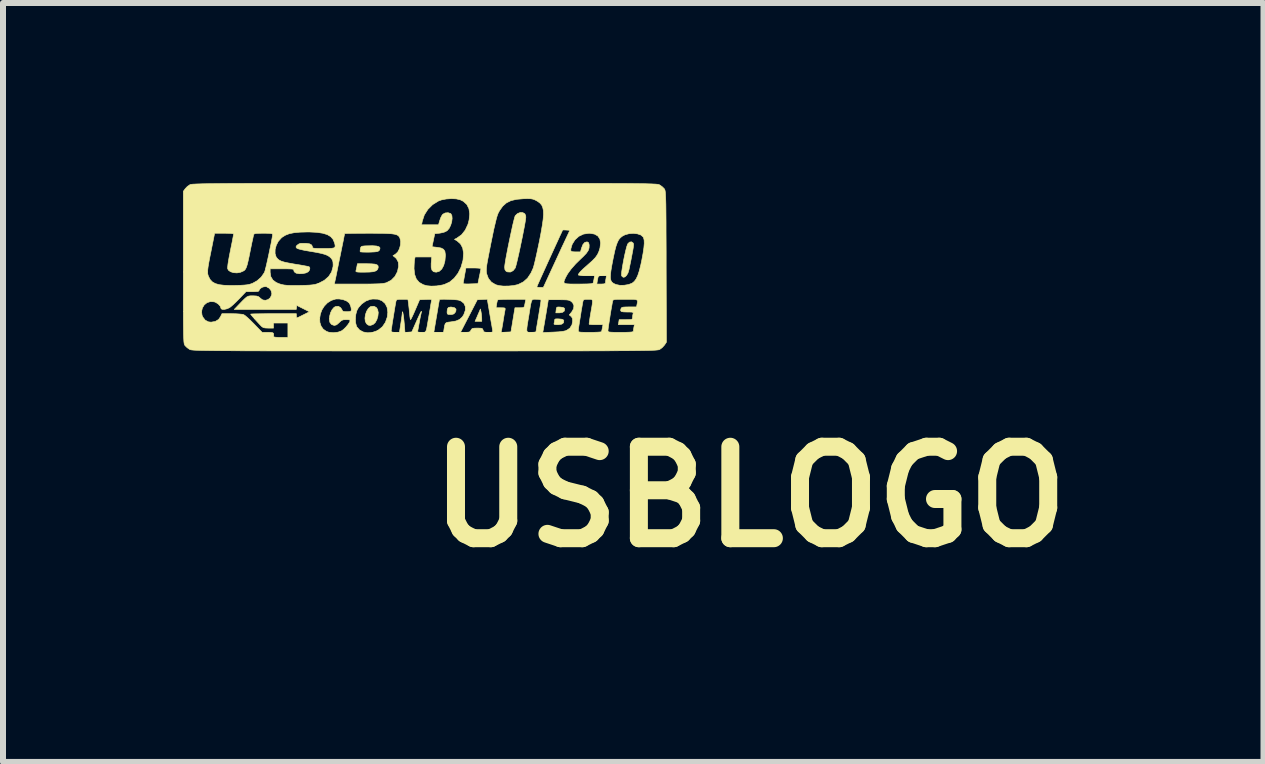
<source format=kicad_pcb>
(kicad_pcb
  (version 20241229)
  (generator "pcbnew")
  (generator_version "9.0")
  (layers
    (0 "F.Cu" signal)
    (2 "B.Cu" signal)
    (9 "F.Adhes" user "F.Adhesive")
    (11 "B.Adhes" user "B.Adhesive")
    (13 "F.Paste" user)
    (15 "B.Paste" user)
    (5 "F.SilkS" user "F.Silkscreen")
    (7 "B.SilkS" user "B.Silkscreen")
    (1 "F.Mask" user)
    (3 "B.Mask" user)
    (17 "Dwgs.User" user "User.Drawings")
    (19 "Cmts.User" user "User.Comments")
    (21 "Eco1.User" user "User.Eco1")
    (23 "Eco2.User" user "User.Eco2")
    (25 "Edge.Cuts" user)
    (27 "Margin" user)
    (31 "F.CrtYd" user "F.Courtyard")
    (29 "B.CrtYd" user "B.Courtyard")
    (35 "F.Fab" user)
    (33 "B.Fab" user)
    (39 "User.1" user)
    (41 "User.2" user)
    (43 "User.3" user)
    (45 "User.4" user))
  (footprint "USBLOGO"
    (layer "F.Cu")
    (at 4.048 1.43)
    (property "Reference" "USBLOGO" (at 5.4 3.8 0) (layer "F.SilkS") (effects (font (size 1.524 1.524) (thickness 0.3))))
    (attr through_hole)
    (fp_poly (pts (xy 0.918 0.713) (xy 0.925 0.755) (xy 0.929 0.806) (xy 0.93 0.815) (xy 0.931 0.875) (xy 0.819 0.875) (xy 0.849 0.808) (xy 0.869 0.761) (xy 0.887 0.72) (xy 0.893 0.706) (xy 0.908 0.67) (xy 0.918 0.713)) (stroke (width 0.01) (type solid)) (fill yes) (layer "F.SilkS"))
    (fp_poly (pts (xy 2.242 0.638) (xy 2.285 0.644) (xy 2.306 0.655) (xy 2.312 0.667) (xy 2.307 0.703) (xy 2.278 0.725) (xy 2.227 0.734) (xy 2.224 0.734) (xy 2.165 0.734) (xy 2.171 0.684) (xy 2.175 0.653) (xy 2.186 0.639) (xy 2.21 0.636) (xy 2.242 0.638)) (stroke (width 0.01) (type solid)) (fill yes) (layer "F.SilkS"))
    (fp_poly (pts (xy 0.43 0.638) (xy 0.478 0.649) (xy 0.502 0.672) (xy 0.499 0.706) (xy 0.489 0.725) (xy 0.466 0.751) (xy 0.433 0.761) (xy 0.409 0.762) (xy 0.373 0.76) (xy 0.357 0.751) (xy 0.353 0.728) (xy 0.353 0.716) (xy 0.358 0.669) (xy 0.376 0.644) (xy 0.411 0.637) (xy 0.43 0.638)) (stroke (width 0.01) (type solid)) (fill yes) (layer "F.SilkS"))
    (fp_poly (pts (xy 2.219 0.835) (xy 2.265 0.84) (xy 2.289 0.85) (xy 2.298 0.865) (xy 2.293 0.9) (xy 2.264 0.922) (xy 2.21 0.931) (xy 2.198 0.931) (xy 2.156 0.93) (xy 2.137 0.924) (xy 2.135 0.912) (xy 2.136 0.909) (xy 2.144 0.875) (xy 2.145 0.859) (xy 2.148 0.843) (xy 2.162 0.835) (xy 2.194 0.834) (xy 2.219 0.835)) (stroke (width 0.01) (type solid)) (fill yes) (layer "F.SilkS"))
    (fp_poly (pts (xy -0.826 0.645) (xy -0.805 0.677) (xy -0.794 0.729) (xy -0.8 0.789) (xy -0.818 0.848) (xy -0.846 0.898) (xy -0.882 0.929) (xy -0.883 0.929) (xy -0.927 0.944) (xy -0.961 0.938) (xy -0.99 0.915) (xy -1.01 0.876) (xy -1.016 0.823) (xy -1.008 0.764) (xy -0.988 0.707) (xy -0.959 0.66) (xy -0.923 0.63) (xy -0.916 0.628) (xy -0.866 0.624) (xy -0.826 0.645)) (stroke (width 0.01) (type solid)) (fill yes) (layer "F.SilkS"))
    (fp_poly (pts (xy -0.907 -0.083) (xy -0.85 -0.078) (xy -0.815 -0.067) (xy -0.797 -0.049) (xy -0.795 -0.024) (xy -0.797 -0.012) (xy -0.81 0.016) (xy -0.835 0.035) (xy -0.877 0.048) (xy -0.938 0.054) (xy -1.024 0.056) (xy -1.025 0.056) (xy -1.091 0.056) (xy -1.133 0.054) (xy -1.157 0.05) (xy -1.167 0.043) (xy -1.166 0.033) (xy -1.166 0.032) (xy -1.158 0.001) (xy -1.15 -0.039) (xy -1.141 -0.085) (xy -0.989 -0.085) (xy -0.907 -0.083)) (stroke (width 0.01) (type solid)) (fill yes) (layer "F.SilkS"))
    (fp_poly (pts (xy -0.823 -0.38) (xy -0.782 -0.368) (xy -0.765 -0.348) (xy -0.77 -0.32) (xy -0.779 -0.306) (xy -0.792 -0.295) (xy -0.815 -0.287) (xy -0.853 -0.282) (xy -0.912 -0.279) (xy -0.943 -0.278) (xy -1.004 -0.278) (xy -1.054 -0.279) (xy -1.086 -0.282) (xy -1.095 -0.284) (xy -1.096 -0.303) (xy -1.092 -0.336) (xy -1.092 -0.336) (xy -1.086 -0.358) (xy -1.076 -0.371) (xy -1.055 -0.378) (xy -1.016 -0.382) (xy -0.983 -0.383) (xy -0.89 -0.385) (xy -0.823 -0.38)) (stroke (width 0.01) (type solid)) (fill yes) (layer "F.SilkS"))
    (fp_poly (pts (xy 3.452 -0.432) (xy 3.455 -0.427) (xy 3.459 -0.417) (xy 3.461 -0.403) (xy 3.459 -0.381) (xy 3.455 -0.348) (xy 3.447 -0.301) (xy 3.435 -0.238) (xy 3.419 -0.154) (xy 3.397 -0.047) (xy 3.385 0.012) (xy 3.368 0.069) (xy 3.343 0.111) (xy 3.316 0.136) (xy 3.288 0.141) (xy 3.265 0.121) (xy 3.261 0.116) (xy 3.26 0.094) (xy 3.263 0.05) (xy 3.272 -0.011) (xy 3.284 -0.082) (xy 3.298 -0.158) (xy 3.314 -0.234) (xy 3.33 -0.304) (xy 3.345 -0.363) (xy 3.359 -0.404) (xy 3.366 -0.419) (xy 3.394 -0.445) (xy 3.426 -0.45) (xy 3.452 -0.432)) (stroke (width 0.01) (type solid)) (fill yes) (layer "F.SilkS"))
    (fp_poly (pts (xy 1.614 -0.937) (xy 1.648 -0.918) (xy 1.663 -0.886) (xy 1.665 -0.858) (xy 1.662 -0.829) (xy 1.654 -0.778) (xy 1.642 -0.709) (xy 1.626 -0.627) (xy 1.608 -0.535) (xy 1.588 -0.439) (xy 1.568 -0.343) (xy 1.548 -0.251) (xy 1.529 -0.168) (xy 1.513 -0.099) (xy 1.499 -0.047) (xy 1.49 -0.017) (xy 1.489 -0.014) (xy 1.453 0.031) (xy 1.408 0.054) (xy 1.359 0.051) (xy 1.337 0.041) (xy 1.317 0.014) (xy 1.312 -0.027) (xy 1.315 -0.059) (xy 1.323 -0.113) (xy 1.335 -0.185) (xy 1.351 -0.269) (xy 1.369 -0.362) (xy 1.389 -0.459) (xy 1.409 -0.555) (xy 1.429 -0.647) (xy 1.447 -0.73) (xy 1.464 -0.799) (xy 1.477 -0.851) (xy 1.487 -0.881) (xy 1.489 -0.885) (xy 1.526 -0.92) (xy 1.572 -0.939) (xy 1.614 -0.937)) (stroke (width 0.01) (type solid)) (fill yes) (layer "F.SilkS"))
    (fp_poly (pts (xy 0.372 -1.425) (xy 0.736 -1.425) (xy 1.073 -1.425) (xy 1.385 -1.425) (xy 1.673 -1.425) (xy 1.938 -1.425) (xy 2.18 -1.425) (xy 2.402 -1.424) (xy 2.602 -1.424) (xy 2.784 -1.424) (xy 2.948 -1.423) (xy 3.094 -1.423) (xy 3.224 -1.422) (xy 3.338 -1.422) (xy 3.438 -1.421) (xy 3.526 -1.42) (xy 3.6 -1.419) (xy 3.664 -1.418) (xy 3.717 -1.416) (xy 3.761 -1.415) (xy 3.796 -1.413) (xy 3.824 -1.412) (xy 3.846 -1.41) (xy 3.863 -1.408) (xy 3.875 -1.406) (xy 3.884 -1.403) (xy 3.891 -1.401) (xy 3.894 -1.399) (xy 3.935 -1.371) (xy 3.97 -1.337) (xy 3.972 -1.335) (xy 3.977 -1.327) (xy 3.981 -1.319) (xy 3.985 -1.307) (xy 3.988 -1.291) (xy 3.991 -1.268) (xy 3.993 -1.236) (xy 3.995 -1.194) (xy 3.997 -1.141) (xy 3.999 -1.073) (xy 4 -0.99) (xy 4.001 -0.889) (xy 4.002 -0.77) (xy 4.002 -0.629) (xy 4.003 -0.466) (xy 4.004 -0.278) (xy 4.004 -0.064) (xy 4.004 -0.037) (xy 4.008 1.223) (xy 3.976 1.271) (xy 3.941 1.31) (xy 3.9 1.341) (xy 3.894 1.344) (xy 3.888 1.347) (xy 3.88 1.349) (xy 3.868 1.351) (xy 3.852 1.353) (xy 3.831 1.355) (xy 3.803 1.357) (xy 3.767 1.358) (xy 3.724 1.36) (xy 3.671 1.361) (xy 3.608 1.362) (xy 3.533 1.363) (xy 3.446 1.364) (xy 3.346 1.365) (xy 3.232 1.365) (xy 3.102 1.366) (xy 2.956 1.367) (xy 2.793 1.367) (xy 2.611 1.368) (xy 2.41 1.368) (xy 2.189 1.368) (xy 1.947 1.368) (xy 1.682 1.368) (xy 1.394 1.369) (xy 1.082 1.369) (xy 0.745 1.369) (xy 0.382 1.369) (xy -0.009 1.369) (xy -0.021 1.369) (xy -0.413 1.369) (xy -0.777 1.369) (xy -1.115 1.369) (xy -1.428 1.369) (xy -1.716 1.368) (xy -1.981 1.368) (xy -2.224 1.368) (xy -2.446 1.368) (xy -2.648 1.368) (xy -2.83 1.367) (xy -2.993 1.367) (xy -3.14 1.366) (xy -3.27 1.365) (xy -3.385 1.365) (xy -3.486 1.364) (xy -3.573 1.363) (xy -3.648 1.362) (xy -3.711 1.361) (xy -3.764 1.36) (xy -3.808 1.358) (xy -3.844 1.357) (xy -3.872 1.355) (xy -3.893 1.353) (xy -3.91 1.351) (xy -3.921 1.349) (xy -3.93 1.347) (xy -3.936 1.344) (xy -3.936 1.344) (xy -3.977 1.316) (xy -4.012 1.282) (xy -4.014 1.28) (xy -4.019 1.272) (xy -4.023 1.264) (xy -4.027 1.253) (xy -4.03 1.237) (xy -4.033 1.215) (xy -4.035 1.185) (xy -4.037 1.145) (xy -4.039 1.093) (xy -4.04 1.027) (xy -4.041 0.946) (xy -4.042 0.849) (xy -4.042 0.732) (xy -4.042 0.711) (xy -3.739 0.711) (xy -3.731 0.774) (xy -3.718 0.804) (xy -3.678 0.856) (xy -3.624 0.884) (xy -3.58 0.889) (xy -3.51 0.877) (xy -3.455 0.844) (xy -3.423 0.798) (xy -3.399 0.748) (xy -3.239 0.748) (xy -3.17 0.749) (xy -3.109 0.753) (xy -3.061 0.758) (xy -3.039 0.763) (xy -3.015 0.778) (xy -2.977 0.81) (xy -2.929 0.854) (xy -2.877 0.906) (xy -2.865 0.918) (xy -2.73 1.058) (xy -2.635 1.058) (xy -2.582 1.06) (xy -2.551 1.066) (xy -2.538 1.081) (xy -2.537 1.109) (xy -2.539 1.125) (xy -2.532 1.135) (xy -2.504 1.14) (xy -2.454 1.143) (xy -2.421 1.143) (xy -2.3 1.143) (xy -2.3 0.903) (xy -2.54 0.903) (xy -2.54 0.988) (xy -2.626 0.988) (xy -2.676 0.986) (xy -2.708 0.98) (xy -2.734 0.964) (xy -2.757 0.941) (xy -2.808 0.886) (xy -2.854 0.836) (xy -2.864 0.824) (xy -1.77 0.824) (xy -1.767 0.893) (xy -1.747 0.955) (xy -1.711 1.006) (xy -1.657 1.043) (xy -1.617 1.057) (xy -1.542 1.064) (xy -1.466 1.056) (xy -1.409 1.036) (xy -1.375 1.012) (xy -1.336 0.974) (xy -1.3 0.931) (xy -1.274 0.892) (xy -1.266 0.874) (xy -1.265 0.858) (xy -1.276 0.85) (xy -1.307 0.847) (xy -1.329 0.847) (xy -1.375 0.849) (xy -1.407 0.861) (xy -1.438 0.888) (xy -1.445 0.896) (xy -1.488 0.933) (xy -1.526 0.944) (xy -1.565 0.931) (xy -1.577 0.923) (xy -1.601 0.891) (xy -1.609 0.844) (xy -1.608 0.831) (xy -1.175 0.831) (xy -1.172 0.899) (xy -1.157 0.955) (xy -1.151 0.968) (xy -1.105 1.02) (xy -1.043 1.053) (xy -0.97 1.066) (xy -0.921 1.062) (xy 1.947 1.062) (xy 2.12 1.055) (xy 2.215 1.05) (xy 2.289 1.041) (xy 2.337 1.03) (xy 2.34 1.029) (xy 2.54 1.029) (xy 2.541 1.04) (xy 2.548 1.049) (xy 2.564 1.054) (xy 2.595 1.057) (xy 2.644 1.058) (xy 2.717 1.058) (xy 2.73 1.058) (xy 2.8 1.058) (xy 2.859 1.056) (xy 2.902 1.053) (xy 2.924 1.049) (xy 2.925 1.048) (xy 2.931 1.029) (xy 3.034 1.029) (xy 3.035 1.04) (xy 3.041 1.048) (xy 3.056 1.053) (xy 3.085 1.056) (xy 3.131 1.058) (xy 3.199 1.058) (xy 3.246 1.058) (xy 3.33 1.058) (xy 3.389 1.056) (xy 3.428 1.053) (xy 3.449 1.048) (xy 3.457 1.041) (xy 3.457 1.039) (xy 3.46 1.012) (xy 3.466 0.975) (xy 3.475 0.931) (xy 3.208 0.931) (xy 3.214 0.889) (xy 3.221 0.847) (xy 3.332 0.847) (xy 3.387 0.846) (xy 3.421 0.844) (xy 3.437 0.837) (xy 3.443 0.826) (xy 3.443 0.815) (xy 3.447 0.774) (xy 3.452 0.751) (xy 3.455 0.735) (xy 3.449 0.726) (xy 3.43 0.721) (xy 3.391 0.72) (xy 3.353 0.72) (xy 3.295 0.718) (xy 3.261 0.713) (xy 3.246 0.7) (xy 3.247 0.678) (xy 3.254 0.657) (xy 3.264 0.646) (xy 3.286 0.639) (xy 3.326 0.636) (xy 3.386 0.635) (xy 3.51 0.635) (xy 3.519 0.591) (xy 3.525 0.559) (xy 3.527 0.537) (xy 3.519 0.522) (xy 3.499 0.513) (xy 3.462 0.509) (xy 3.405 0.508) (xy 3.324 0.508) (xy 3.323 0.508) (xy 3.244 0.508) (xy 3.188 0.509) (xy 3.151 0.511) (xy 3.13 0.516) (xy 3.119 0.523) (xy 3.113 0.534) (xy 3.112 0.54) (xy 3.105 0.574) (xy 3.096 0.627) (xy 3.084 0.693) (xy 3.072 0.766) (xy 3.061 0.84) (xy 3.05 0.91) (xy 3.041 0.968) (xy 3.036 1.01) (xy 3.034 1.029) (xy 2.931 1.029) (xy 2.932 1.028) (xy 2.939 0.993) (xy 2.941 0.984) (xy 2.951 0.931) (xy 2.839 0.931) (xy 2.786 0.931) (xy 2.745 0.928) (xy 2.723 0.925) (xy 2.721 0.925) (xy 2.721 0.909) (xy 2.726 0.871) (xy 2.734 0.816) (xy 2.745 0.75) (xy 2.747 0.738) (xy 2.762 0.653) (xy 2.772 0.592) (xy 2.776 0.551) (xy 2.774 0.526) (xy 2.765 0.513) (xy 2.748 0.508) (xy 2.722 0.508) (xy 2.703 0.508) (xy 2.657 0.509) (xy 2.633 0.515) (xy 2.621 0.528) (xy 2.618 0.54) (xy 2.611 0.574) (xy 2.602 0.627) (xy 2.59 0.693) (xy 2.579 0.766) (xy 2.567 0.84) (xy 2.556 0.91) (xy 2.547 0.968) (xy 2.542 1.01) (xy 2.54 1.029) (xy 2.34 1.029) (xy 2.343 1.027) (xy 2.399 0.989) (xy 2.434 0.933) (xy 2.445 0.873) (xy 2.442 0.827) (xy 2.425 0.798) (xy 2.418 0.792) (xy 2.389 0.768) (xy 2.43 0.719) (xy 2.461 0.665) (xy 2.467 0.614) (xy 2.446 0.567) (xy 2.423 0.545) (xy 2.403 0.532) (xy 2.379 0.523) (xy 2.347 0.518) (xy 2.299 0.516) (xy 2.23 0.515) (xy 2.211 0.515) (xy 2.04 0.515) (xy 2.002 0.748) (xy 1.988 0.829) (xy 1.976 0.902) (xy 1.965 0.963) (xy 1.958 1.006) (xy 1.955 1.021) (xy 1.947 1.062) (xy -0.921 1.062) (xy -0.891 1.059) (xy -0.825 1.036) (xy -0.579 1.036) (xy -0.572 1.05) (xy -0.549 1.057) (xy -0.51 1.058) (xy -0.441 1.058) (xy -0.418 0.911) (xy -0.408 0.846) (xy -0.4 0.789) (xy -0.395 0.747) (xy -0.394 0.731) (xy -0.391 0.715) (xy -0.386 0.723) (xy -0.38 0.75) (xy -0.373 0.793) (xy -0.367 0.848) (xy -0.361 0.91) (xy -0.359 0.929) (xy -0.349 1.06) (xy -0.292 1.056) (xy -0.235 1.051) (xy -0.162 0.886) (xy -0.134 0.823) (xy -0.109 0.769) (xy -0.09 0.729) (xy -0.079 0.71) (xy -0.078 0.71) (xy -0.072 0.711) (xy -0.075 0.723) (xy -0.081 0.748) (xy -0.091 0.792) (xy -0.102 0.848) (xy -0.106 0.871) (xy -0.117 0.931) (xy -0.126 0.983) (xy -0.133 1.019) (xy -0.135 1.027) (xy -0.137 1.045) (xy -0.127 1.055) (xy -0.099 1.058) (xy -0.072 1.058) (xy -0.046 1.059) (xy -0.038 1.058) (xy 0.132 1.058) (xy 0.294 1.058) (xy 0.577 1.058) (xy 0.656 1.058) (xy 0.702 1.057) (xy 0.728 1.051) (xy 0.744 1.036) (xy 0.75 1.023) (xy 0.762 1.004) (xy 0.779 0.993) (xy 0.809 0.989) (xy 0.856 0.988) (xy 0.905 0.989) (xy 0.932 0.993) (xy 0.946 1.003) (xy 0.953 1.022) (xy 0.954 1.023) (xy 0.961 1.043) (xy 0.977 1.054) (xy 1.007 1.058) (xy 1.04 1.058) (xy 1.085 1.058) (xy 1.107 1.054) (xy 1.114 1.042) (xy 1.111 1.021) (xy 1.111 1.02) (xy 1.106 0.993) (xy 1.098 0.944) (xy 1.086 0.878) (xy 1.073 0.802) (xy 1.063 0.744) (xy 1.047 0.649) (xy 1.169 0.649) (xy 1.248 0.649) (xy 1.293 0.65) (xy 1.315 0.654) (xy 1.322 0.665) (xy 1.32 0.681) (xy 1.315 0.708) (xy 1.306 0.756) (xy 1.296 0.815) (xy 1.291 0.847) (xy 1.281 0.91) (xy 1.271 0.967) (xy 1.264 1.008) (xy 1.261 1.02) (xy 1.253 1.06) (xy 1.417 1.051) (xy 1.421 1.029) (xy 1.682 1.029) (xy 1.688 1.048) (xy 1.702 1.056) (xy 1.722 1.059) (xy 1.751 1.058) (xy 1.757 1.058) (xy 1.799 1.057) (xy 1.828 1.052) (xy 1.834 1.048) (xy 1.837 1.031) (xy 1.843 0.991) (xy 1.853 0.933) (xy 1.865 0.861) (xy 1.877 0.79) (xy 1.89 0.709) (xy 1.902 0.637) (xy 1.911 0.58) (xy 1.917 0.54) (xy 1.919 0.526) (xy 1.907 0.514) (xy 1.868 0.509) (xy 1.842 0.508) (xy 1.814 0.507) (xy 1.793 0.508) (xy 1.778 0.513) (xy 1.766 0.526) (xy 1.757 0.55) (xy 1.747 0.59) (xy 1.737 0.649) (xy 1.724 0.729) (xy 1.715 0.785) (xy 1.699 0.879) (xy 1.688 0.948) (xy 1.682 0.997) (xy 1.682 1.029) (xy 1.421 1.029) (xy 1.435 0.945) (xy 1.446 0.876) (xy 1.459 0.8) (xy 1.468 0.744) (xy 1.484 0.649) (xy 1.56 0.649) (xy 1.605 0.648) (xy 1.629 0.642) (xy 1.64 0.629) (xy 1.644 0.614) (xy 1.653 0.57) (xy 1.658 0.543) (xy 1.666 0.508) (xy 1.433 0.508) (xy 1.355 0.509) (xy 1.288 0.51) (xy 1.235 0.513) (xy 1.203 0.516) (xy 1.195 0.519) (xy 1.189 0.538) (xy 1.181 0.574) (xy 1.179 0.589) (xy 1.169 0.649) (xy 1.047 0.649) (xy 1.023 0.507) (xy 0.857 0.515) (xy 0.717 0.787) (xy 0.577 1.058) (xy 0.294 1.058) (xy 0.303 0.998) (xy 0.312 0.945) (xy 0.323 0.913) (xy 0.341 0.897) (xy 0.374 0.889) (xy 0.418 0.884) (xy 0.5 0.87) (xy 0.561 0.844) (xy 0.606 0.803) (xy 0.632 0.762) (xy 0.657 0.691) (xy 0.657 0.628) (xy 0.634 0.576) (xy 0.588 0.538) (xy 0.542 0.521) (xy 0.512 0.517) (xy 0.466 0.513) (xy 0.411 0.51) (xy 0.352 0.508) (xy 0.298 0.507) (xy 0.255 0.508) (xy 0.229 0.51) (xy 0.225 0.512) (xy 0.223 0.526) (xy 0.216 0.564) (xy 0.206 0.621) (xy 0.194 0.693) (xy 0.18 0.776) (xy 0.178 0.787) (xy 0.132 1.058) (xy -0.038 1.058) (xy -0.026 1.058) (xy -0.011 1.051) (xy 0.000205 1.036) (xy 0.01 1.009) (xy 0.019 0.965) (xy 0.03 0.902) (xy 0.045 0.815) (xy 0.049 0.79) (xy 0.062 0.713) (xy 0.074 0.643) (xy 0.083 0.586) (xy 0.09 0.549) (xy 0.092 0.539) (xy 0.095 0.523) (xy 0.089 0.513) (xy 0.07 0.509) (xy 0.031 0.51) (xy -0.003 0.511) (xy -0.105 0.515) (xy -0.176 0.681) (xy -0.203 0.743) (xy -0.227 0.795) (xy -0.245 0.831) (xy -0.255 0.846) (xy -0.256 0.847) (xy -0.261 0.834) (xy -0.267 0.799) (xy -0.272 0.75) (xy -0.274 0.737) (xy -0.279 0.675) (xy -0.286 0.614) (xy -0.291 0.569) (xy -0.291 0.568) (xy -0.3 0.508) (xy -0.396 0.508) (xy -0.446 0.509) (xy -0.476 0.512) (xy -0.491 0.521) (xy -0.498 0.538) (xy -0.5 0.547) (xy -0.507 0.585) (xy -0.517 0.641) (xy -0.528 0.709) (xy -0.54 0.783) (xy -0.552 0.856) (xy -0.563 0.924) (xy -0.571 0.981) (xy -0.577 1.02) (xy -0.579 1.036) (xy -0.825 1.036) (xy -0.811 1.031) (xy -0.795 1.022) (xy -0.726 0.967) (xy -0.675 0.892) (xy -0.644 0.804) (xy -0.635 0.724) (xy -0.647 0.642) (xy -0.68 0.578) (xy -0.732 0.532) (xy -0.801 0.506) (xy -0.884 0.503) (xy -0.927 0.509) (xy -1.001 0.537) (xy -1.07 0.586) (xy -1.125 0.648) (xy -1.15 0.695) (xy -1.168 0.759) (xy -1.175 0.831) (xy -1.608 0.831) (xy -1.604 0.788) (xy -1.589 0.731) (xy -1.563 0.68) (xy -1.53 0.642) (xy -1.506 0.629) (xy -1.46 0.624) (xy -1.423 0.646) (xy -1.405 0.671) (xy -1.392 0.695) (xy -1.387 0.704) (xy -1.37 0.711) (xy -1.336 0.714) (xy -1.297 0.714) (xy -1.264 0.71) (xy -1.248 0.704) (xy -1.243 0.675) (xy -1.25 0.634) (xy -1.266 0.592) (xy -1.283 0.565) (xy -1.324 0.535) (xy -1.381 0.513) (xy -1.446 0.502) (xy -1.501 0.503) (xy -1.576 0.526) (xy -1.641 0.567) (xy -1.693 0.621) (xy -1.733 0.684) (xy -1.759 0.754) (xy -1.77 0.824) (xy -2.864 0.824) (xy -2.89 0.795) (xy -2.914 0.766) (xy -2.921 0.755) (xy -2.907 0.753) (xy -2.869 0.751) (xy -2.81 0.75) (xy -2.734 0.749) (xy -2.644 0.748) (xy -2.544 0.748) (xy -2.159 0.748) (xy -2.159 0.783) (xy -2.156 0.81) (xy -2.152 0.818) (xy -2.136 0.813) (xy -2.103 0.797) (xy -2.057 0.774) (xy -2.043 0.767) (xy -1.941 0.716) (xy -2.046 0.663) (xy -2.152 0.61) (xy -2.156 0.643) (xy -2.161 0.677) (xy -3.194 0.677) (xy -3.103 0.582) (xy -3.05 0.527) (xy -3.011 0.49) (xy -2.981 0.466) (xy -2.952 0.454) (xy -2.921 0.45) (xy -2.882 0.45) (xy -2.876 0.45) (xy -2.825 0.453) (xy -2.793 0.462) (xy -2.769 0.479) (xy -2.76 0.49) (xy -2.719 0.519) (xy -2.674 0.525) (xy -2.629 0.512) (xy -2.593 0.481) (xy -2.571 0.436) (xy -2.568 0.408) (xy -2.581 0.362) (xy -2.612 0.323) (xy -2.652 0.301) (xy 1.849 0.301) (xy 1.861 0.307) (xy 1.892 0.31) (xy 1.903 0.31) (xy 1.957 0.31) (xy 2.003 0.211) (xy 2.301 0.211) (xy 2.302 0.231) (xy 2.316 0.243) (xy 2.348 0.25) (xy 2.399 0.253) (xy 2.474 0.254) (xy 2.539 0.254) (xy 2.848 0.254) (xy 2.92 0.254) (xy 2.969 0.251) (xy 2.99 0.241) (xy 2.992 0.236) (xy 2.994 0.212) (xy 2.999 0.173) (xy 3.001 0.166) (xy 3.002 0.156) (xy 3.075 0.156) (xy 3.083 0.194) (xy 3.1 0.222) (xy 3.125 0.242) (xy 3.159 0.258) (xy 3.17 0.262) (xy 3.232 0.275) (xy 3.305 0.274) (xy 3.377 0.262) (xy 3.435 0.24) (xy 3.44 0.237) (xy 3.474 0.209) (xy 3.504 0.168) (xy 3.531 0.111) (xy 3.556 0.035) (xy 3.581 -0.065) (xy 3.597 -0.14) (xy 3.619 -0.258) (xy 3.633 -0.353) (xy 3.639 -0.425) (xy 3.637 -0.479) (xy 3.627 -0.518) (xy 3.619 -0.532) (xy 3.582 -0.564) (xy 3.525 -0.583) (xy 3.458 -0.591) (xy 3.387 -0.586) (xy 3.32 -0.568) (xy 3.275 -0.545) (xy 3.242 -0.519) (xy 3.214 -0.486) (xy 3.191 -0.441) (xy 3.169 -0.38) (xy 3.148 -0.301) (xy 3.126 -0.198) (xy 3.12 -0.169) (xy 3.098 -0.055) (xy 3.083 0.035) (xy 3.075 0.104) (xy 3.075 0.156) (xy 3.002 0.156) (xy 3.009 0.113) (xy 2.945 0.113) (xy 2.904 0.114) (xy 2.88 0.122) (xy 2.868 0.143) (xy 2.86 0.184) (xy 2.858 0.194) (xy 2.848 0.254) (xy 2.539 0.254) (xy 2.618 0.253) (xy 2.687 0.252) (xy 2.741 0.249) (xy 2.775 0.246) (xy 2.784 0.243) (xy 2.79 0.224) (xy 2.798 0.188) (xy 2.801 0.173) (xy 2.811 0.113) (xy 2.675 0.113) (xy 2.617 0.112) (xy 2.572 0.109) (xy 2.545 0.105) (xy 2.54 0.102) (xy 2.548 0.08) (xy 2.575 0.046) (xy 2.621 0.001) (xy 2.688 -0.058) (xy 2.701 -0.07) (xy 2.772 -0.133) (xy 2.824 -0.187) (xy 2.86 -0.238) (xy 2.884 -0.291) (xy 2.901 -0.347) (xy 2.911 -0.431) (xy 2.899 -0.498) (xy 2.864 -0.548) (xy 2.809 -0.579) (xy 2.732 -0.592) (xy 2.714 -0.592) (xy 2.627 -0.579) (xy 2.549 -0.542) (xy 2.485 -0.484) (xy 2.439 -0.411) (xy 2.429 -0.382) (xy 2.415 -0.331) (xy 2.415 -0.301) (xy 2.43 -0.287) (xy 2.467 -0.283) (xy 2.495 -0.282) (xy 2.576 -0.282) (xy 2.593 -0.344) (xy 2.617 -0.405) (xy 2.648 -0.44) (xy 2.685 -0.449) (xy 2.686 -0.449) (xy 2.708 -0.439) (xy 2.718 -0.413) (xy 2.721 -0.392) (xy 2.719 -0.347) (xy 2.704 -0.303) (xy 2.672 -0.257) (xy 2.621 -0.204) (xy 2.582 -0.167) (xy 2.496 -0.083) (xy 2.421 0.002) (xy 2.362 0.083) (xy 2.328 0.144) (xy 2.311 0.183) (xy 2.301 0.211) (xy 2.003 0.211) (xy 2.082 0.039) (xy 2.128 -0.06) (xy 2.177 -0.166) (xy 2.226 -0.272) (xy 2.27 -0.368) (xy 2.303 -0.437) (xy 2.399 -0.642) (xy 2.341 -0.646) (xy 2.304 -0.648) (xy 2.282 -0.647) (xy 2.28 -0.646) (xy 2.272 -0.631) (xy 2.255 -0.594) (xy 2.229 -0.539) (xy 2.197 -0.468) (xy 2.159 -0.386) (xy 2.118 -0.296) (xy 2.075 -0.202) (xy 2.031 -0.106) (xy 1.989 -0.013) (xy 1.949 0.075) (xy 1.914 0.152) (xy 1.885 0.217) (xy 1.863 0.266) (xy 1.851 0.295) (xy 1.849 0.301) (xy -2.652 0.301) (xy -2.655 0.299) (xy -2.677 0.296) (xy -2.719 0.304) (xy -2.755 0.324) (xy -2.777 0.349) (xy -2.78 0.361) (xy -2.786 0.371) (xy -2.807 0.378) (xy -2.849 0.38) (xy -2.889 0.381) (xy -2.999 0.381) (xy -3.111 0.499) (xy -3.162 0.55) (xy -3.21 0.596) (xy -3.251 0.631) (xy -3.274 0.648) (xy -3.315 0.666) (xy -3.357 0.676) (xy -3.392 0.676) (xy -3.413 0.666) (xy -3.415 0.658) (xy -3.427 0.624) (xy -3.458 0.589) (xy -3.5 0.561) (xy -3.528 0.55) (xy -3.592 0.546) (xy -3.648 0.564) (xy -3.694 0.601) (xy -3.725 0.652) (xy -3.739 0.711) (xy -4.042 0.711) (xy -4.043 0.595) (xy -4.043 0.436) (xy -4.043 0.252) (xy -4.043 0.053) (xy -3.638 0.053) (xy -3.636 0.081) (xy -3.631 0.105) (xy -3.622 0.129) (xy -3.621 0.131) (xy -3.595 0.18) (xy -3.559 0.218) (xy -3.511 0.245) (xy -3.448 0.264) (xy -3.365 0.274) (xy -3.26 0.278) (xy -3.182 0.277) (xy -3.094 0.275) (xy -3.028 0.271) (xy -2.979 0.266) (xy -2.938 0.258) (xy -2.902 0.246) (xy -2.89 0.242) (xy -2.813 0.199) (xy -2.745 0.139) (xy -2.696 0.068) (xy -2.687 0.049) (xy -2.679 0.024) (xy -2.673 0) (xy -2.596 0) (xy -2.596 0.057) (xy -2.585 0.13) (xy -2.55 0.187) (xy -2.498 0.226) (xy -2.454 0.246) (xy -2.411 0.26) (xy -2.363 0.27) (xy -2.303 0.276) (xy -2.228 0.278) (xy -2.131 0.277) (xy -2.103 0.277) (xy -2.012 0.275) (xy -1.944 0.272) (xy -1.892 0.267) (xy -1.852 0.261) (xy -1.827 0.254) (xy -1.527 0.254) (xy -1.126 0.254) (xy -1.003 0.254) (xy -0.906 0.253) (xy -0.829 0.251) (xy -0.77 0.249) (xy -0.726 0.245) (xy -0.692 0.24) (xy -0.666 0.234) (xy -0.657 0.231) (xy -0.578 0.19) (xy -0.516 0.127) (xy -0.474 0.047) (xy -0.473 0.042) (xy -0.463 -0.004) (xy -0.198 -0.004) (xy -0.188 0.093) (xy -0.16 0.169) (xy -0.112 0.226) (xy -0.043 0.265) (xy 0.017 0.282) (xy 0.092 0.289) (xy 0.181 0.285) (xy 0.272 0.27) (xy 0.309 0.26) (xy 0.34 0.246) (xy 0.621 0.246) (xy 0.634 0.25) (xy 0.669 0.252) (xy 0.719 0.252) (xy 0.744 0.251) (xy 0.867 0.247) (xy 0.891 0.127) (xy 0.903 0.072) (xy 0.909 0.037) (xy 1.007 0.037) (xy 1.009 0.06) (xy 1.013 0.084) (xy 1.042 0.162) (xy 1.093 0.223) (xy 1.164 0.265) (xy 1.218 0.28) (xy 1.292 0.288) (xy 1.377 0.287) (xy 1.461 0.279) (xy 1.532 0.263) (xy 1.54 0.26) (xy 1.624 0.218) (xy 1.694 0.156) (xy 1.751 0.07) (xy 1.789 -0.014) (xy 1.799 -0.049) (xy 1.814 -0.107) (xy 1.832 -0.184) (xy 1.852 -0.274) (xy 1.873 -0.373) (xy 1.891 -0.458) (xy 1.919 -0.604) (xy 1.94 -0.726) (xy 1.954 -0.826) (xy 1.96 -0.907) (xy 1.958 -0.971) (xy 1.947 -1.022) (xy 1.929 -1.063) (xy 1.901 -1.095) (xy 1.865 -1.122) (xy 1.834 -1.14) (xy 1.802 -1.155) (xy 1.772 -1.164) (xy 1.736 -1.169) (xy 1.685 -1.17) (xy 1.623 -1.168) (xy 1.509 -1.158) (xy 1.417 -1.136) (xy 1.342 -1.099) (xy 1.281 -1.045) (xy 1.228 -0.971) (xy 1.206 -0.931) (xy 1.192 -0.896) (xy 1.175 -0.84) (xy 1.156 -0.762) (xy 1.132 -0.661) (xy 1.106 -0.534) (xy 1.084 -0.428) (xy 1.06 -0.306) (xy 1.041 -0.208) (xy 1.026 -0.131) (xy 1.016 -0.072) (xy 1.01 -0.026) (xy 1.007 0.009) (xy 1.007 0.037) (xy 0.909 0.037) (xy 0.911 0.027) (xy 0.916 0.001) (xy 0.917 -0.004) (xy 0.904 -0.008) (xy 0.869 -0.012) (xy 0.819 -0.014) (xy 0.792 -0.014) (xy 0.667 -0.014) (xy 0.644 0.111) (xy 0.634 0.168) (xy 0.626 0.213) (xy 0.621 0.241) (xy 0.621 0.246) (xy 0.34 0.246) (xy 0.395 0.221) (xy 0.471 0.157) (xy 0.535 0.074) (xy 0.585 -0.026) (xy 0.617 -0.138) (xy 0.62 -0.158) (xy 0.627 -0.262) (xy 0.613 -0.348) (xy 0.576 -0.416) (xy 0.52 -0.465) (xy 0.476 -0.491) (xy 0.518 -0.513) (xy 0.595 -0.568) (xy 0.656 -0.646) (xy 0.701 -0.742) (xy 0.72 -0.815) (xy 0.73 -0.916) (xy 0.717 -1.002) (xy 0.682 -1.072) (xy 0.624 -1.125) (xy 0.571 -1.151) (xy 0.505 -1.166) (xy 0.423 -1.17) (xy 0.338 -1.164) (xy 0.258 -1.148) (xy 0.209 -1.13) (xy 0.112 -1.07) (xy 0.033 -0.991) (xy -0.026 -0.899) (xy -0.06 -0.797) (xy -0.062 -0.787) (xy -0.072 -0.734) (xy 0.21 -0.734) (xy 0.232 -0.809) (xy 0.249 -0.856) (xy 0.27 -0.895) (xy 0.282 -0.91) (xy 0.322 -0.931) (xy 0.369 -0.935) (xy 0.41 -0.922) (xy 0.416 -0.918) (xy 0.433 -0.886) (xy 0.437 -0.839) (xy 0.43 -0.782) (xy 0.412 -0.725) (xy 0.387 -0.674) (xy 0.354 -0.636) (xy 0.35 -0.633) (xy 0.305 -0.611) (xy 0.246 -0.597) (xy 0.228 -0.594) (xy 0.148 -0.586) (xy 0.125 -0.477) (xy 0.102 -0.368) (xy 0.187 -0.358) (xy 0.252 -0.347) (xy 0.293 -0.326) (xy 0.316 -0.293) (xy 0.324 -0.241) (xy 0.325 -0.221) (xy 0.317 -0.131) (xy 0.296 -0.055) (xy 0.264 0.004) (xy 0.222 0.042) (xy 0.172 0.056) (xy 0.17 0.056) (xy 0.127 0.048) (xy 0.101 0.022) (xy 0.088 -0.024) (xy 0.088 -0.094) (xy 0.089 -0.099) (xy 0.097 -0.198) (xy -0.18 -0.198) (xy -0.189 -0.153) (xy -0.193 -0.117) (xy -0.196 -0.064) (xy -0.198 -0.005) (xy -0.198 -0.004) (xy -0.463 -0.004) (xy -0.455 -0.041) (xy -0.46 -0.111) (xy -0.489 -0.166) (xy -0.506 -0.184) (xy -0.549 -0.219) (xy -0.51 -0.242) (xy -0.47 -0.279) (xy -0.441 -0.334) (xy -0.424 -0.398) (xy -0.421 -0.462) (xy -0.435 -0.518) (xy -0.437 -0.521) (xy -0.449 -0.54) (xy -0.466 -0.556) (xy -0.49 -0.568) (xy -0.523 -0.577) (xy -0.57 -0.584) (xy -0.633 -0.588) (xy -0.715 -0.591) (xy -0.818 -0.592) (xy -0.948 -0.593) (xy -0.952 -0.593) (xy -1.055 -0.592) (xy -1.149 -0.592) (xy -1.229 -0.591) (xy -1.292 -0.59) (xy -1.335 -0.589) (xy -1.354 -0.587) (xy -1.355 -0.587) (xy -1.357 -0.572) (xy -1.365 -0.534) (xy -1.376 -0.476) (xy -1.391 -0.403) (xy -1.408 -0.32) (xy -1.426 -0.23) (xy -1.445 -0.139) (xy -1.463 -0.049) (xy -1.48 0.035) (xy -1.495 0.109) (xy -1.507 0.167) (xy -1.516 0.207) (xy -1.519 0.222) (xy -1.527 0.254) (xy -1.827 0.254) (xy -1.817 0.251) (xy -1.787 0.241) (xy -1.693 0.192) (xy -1.621 0.129) (xy -1.572 0.053) (xy -1.548 -0.034) (xy -1.546 -0.066) (xy -1.549 -0.116) (xy -1.56 -0.15) (xy -1.58 -0.177) (xy -1.607 -0.202) (xy -1.64 -0.223) (xy -1.682 -0.24) (xy -1.739 -0.256) (xy -1.815 -0.272) (xy -1.913 -0.289) (xy -1.926 -0.291) (xy -2.02 -0.307) (xy -2.088 -0.322) (xy -2.134 -0.335) (xy -2.158 -0.349) (xy -2.165 -0.365) (xy -2.156 -0.383) (xy -2.146 -0.394) (xy -2.114 -0.416) (xy -2.085 -0.425) (xy -1.999 -0.425) (xy -1.938 -0.416) (xy -1.903 -0.396) (xy -1.891 -0.366) (xy -1.889 -0.355) (xy -1.881 -0.347) (xy -1.863 -0.343) (xy -1.828 -0.34) (xy -1.775 -0.339) (xy -1.707 -0.339) (xy -1.626 -0.339) (xy -1.57 -0.342) (xy -1.535 -0.348) (xy -1.517 -0.361) (xy -1.512 -0.381) (xy -1.517 -0.411) (xy -1.523 -0.433) (xy -1.547 -0.491) (xy -1.586 -0.536) (xy -1.643 -0.57) (xy -1.719 -0.593) (xy -1.817 -0.608) (xy -1.94 -0.614) (xy -1.976 -0.614) (xy -2.097 -0.611) (xy -2.195 -0.602) (xy -2.275 -0.586) (xy -2.34 -0.561) (xy -2.395 -0.527) (xy -2.411 -0.513) (xy -2.46 -0.458) (xy -2.494 -0.392) (xy -2.513 -0.322) (xy -2.514 -0.255) (xy -2.496 -0.198) (xy -2.488 -0.186) (xy -2.467 -0.162) (xy -2.442 -0.143) (xy -2.407 -0.126) (xy -2.36 -0.112) (xy -2.295 -0.098) (xy -2.207 -0.082) (xy -2.171 -0.076) (xy -2.096 -0.064) (xy -2.031 -0.052) (xy -1.981 -0.043) (xy -1.951 -0.036) (xy -1.946 -0.034) (xy -1.934 -0.013) (xy -1.939 0.019) (xy -1.961 0.049) (xy -1.961 0.049) (xy -1.998 0.068) (xy -2.05 0.079) (xy -2.106 0.082) (xy -2.156 0.074) (xy -2.163 0.072) (xy -2.194 0.05) (xy -2.201 0.029) (xy -2.203 0.017) (xy -2.21 0.009) (xy -2.227 0.004) (xy -2.258 0.002) (xy -2.309 0.000316) (xy -2.382 0.000004) (xy -2.399 0) (xy -2.596 0) (xy -2.673 0) (xy -2.667 -0.024) (xy -2.652 -0.088) (xy -2.635 -0.164) (xy -2.617 -0.247) (xy -2.6 -0.33) (xy -2.583 -0.409) (xy -2.57 -0.478) (xy -2.56 -0.532) (xy -2.555 -0.566) (xy -2.554 -0.573) (xy -2.559 -0.582) (xy -2.578 -0.588) (xy -2.615 -0.591) (xy -2.674 -0.593) (xy -2.708 -0.593) (xy -2.777 -0.592) (xy -2.823 -0.59) (xy -2.85 -0.586) (xy -2.865 -0.578) (xy -2.87 -0.568) (xy -2.876 -0.546) (xy -2.885 -0.502) (xy -2.899 -0.441) (xy -2.914 -0.367) (xy -2.927 -0.303) (xy -2.947 -0.203) (xy -2.964 -0.126) (xy -2.978 -0.069) (xy -2.991 -0.029) (xy -3.003 -0.002) (xy -3.016 0.017) (xy -3.032 0.031) (xy -3.039 0.035) (xy -3.091 0.058) (xy -3.149 0.068) (xy -3.207 0.064) (xy -3.257 0.048) (xy -3.292 0.022) (xy -3.305 -0.005) (xy -3.304 -0.03) (xy -3.299 -0.077) (xy -3.289 -0.141) (xy -3.275 -0.219) (xy -3.258 -0.304) (xy -3.258 -0.306) (xy -3.241 -0.389) (xy -3.226 -0.463) (xy -3.215 -0.522) (xy -3.207 -0.563) (xy -3.204 -0.582) (xy -3.203 -0.582) (xy -3.217 -0.586) (xy -3.252 -0.59) (xy -3.305 -0.592) (xy -3.362 -0.593) (xy -3.521 -0.593) (xy -3.581 -0.293) (xy -3.603 -0.184) (xy -3.619 -0.099) (xy -3.63 -0.033) (xy -3.636 0.016) (xy -3.638 0.053) (xy -4.043 0.053) (xy -4.043 0.042) (xy -4.043 -1.291) (xy -4.011 -1.335) (xy -3.976 -1.372) (xy -3.934 -1.401) (xy -3.932 -1.402) (xy -3.925 -1.405) (xy -3.915 -1.407) (xy -3.901 -1.409) (xy -3.881 -1.411) (xy -3.854 -1.412) (xy -3.82 -1.414) (xy -3.778 -1.415) (xy -3.726 -1.417) (xy -3.664 -1.418) (xy -3.59 -1.419) (xy -3.504 -1.42) (xy -3.405 -1.421) (xy -3.291 -1.422) (xy -3.162 -1.422) (xy -3.016 -1.423) (xy -2.854 -1.423) (xy -2.673 -1.424) (xy -2.473 -1.424) (xy -2.252 -1.424) (xy -2.01 -1.425) (xy -1.746 -1.425) (xy -1.459 -1.425) (xy -1.148 -1.425) (xy -0.812 -1.425) (xy -0.449 -1.425) (xy -0.059 -1.425) (xy -0.019 -1.425) (xy 0.372 -1.425)) (stroke (width 0.01) (type solid)) (fill yes) (layer "F.SilkS")))
  (gr_rect
    (start -3 -3)
    (end 18.007 9.648)
    (stroke (width 0.1) (type default))
    (fill no)
    (layer "Edge.Cuts")))
</source>
